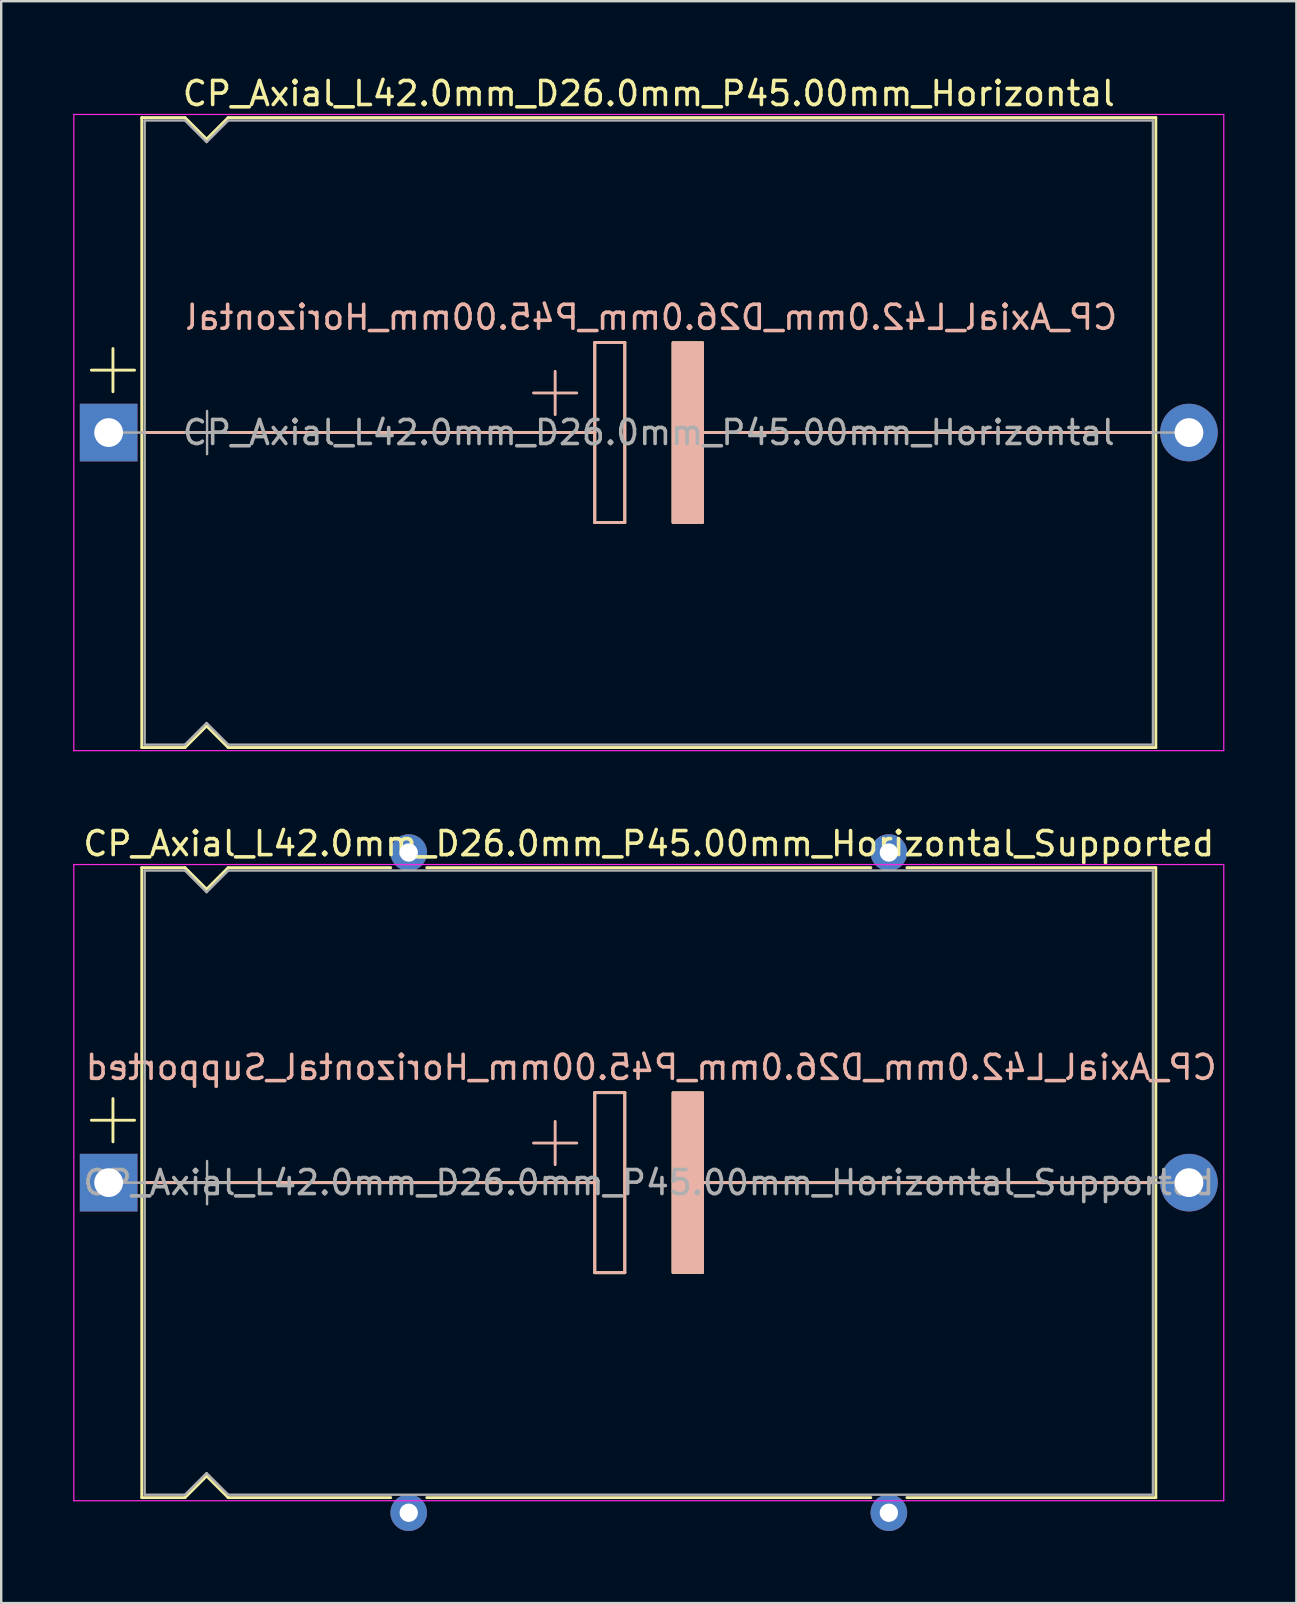
<source format=kicad_pcb>
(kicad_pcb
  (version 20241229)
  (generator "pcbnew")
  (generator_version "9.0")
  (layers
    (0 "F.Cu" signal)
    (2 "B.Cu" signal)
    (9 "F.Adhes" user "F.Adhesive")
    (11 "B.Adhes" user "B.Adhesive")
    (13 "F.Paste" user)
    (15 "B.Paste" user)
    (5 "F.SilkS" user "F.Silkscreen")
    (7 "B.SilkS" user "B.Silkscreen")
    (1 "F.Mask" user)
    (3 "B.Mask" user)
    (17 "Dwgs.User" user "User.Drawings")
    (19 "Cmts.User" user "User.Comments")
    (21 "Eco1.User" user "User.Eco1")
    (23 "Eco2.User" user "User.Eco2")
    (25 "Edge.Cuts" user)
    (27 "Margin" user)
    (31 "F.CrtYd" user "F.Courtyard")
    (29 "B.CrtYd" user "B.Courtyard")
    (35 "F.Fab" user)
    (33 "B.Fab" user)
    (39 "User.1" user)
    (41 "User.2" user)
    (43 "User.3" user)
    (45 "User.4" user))
  (footprint "CP_Axial_L42.0mm_D26.0mm_P45.00mm_Horizontal_Supported"
    (layer "F.Cu")
    (at 1.475 46.212)
    (property "Reference" "CP_Axial_L42.0mm_D26.0mm_P45.00mm_Horizontal_Supported" (at 22.5 -14.12 0) (layer "F.SilkS") (effects (font (size 1 1) (thickness 0.15))))
    (fp_line (start -0.72 -2.6) (end 1.08 -2.6) (stroke (width 0.12) (type solid)) (layer "F.SilkS"))
    (fp_line (start 0.18 -3.5) (end 0.18 -1.7) (stroke (width 0.12) (type solid)) (layer "F.SilkS"))
    (fp_line (start 1.38 -13.12) (end 1.38 13.12) (stroke (width 0.12) (type solid)) (layer "F.SilkS"))
    (fp_line (start 1.38 -13.12) (end 3.18 -13.12) (stroke (width 0.12) (type solid)) (layer "F.SilkS"))
    (fp_line (start 1.38 13.12) (end 3.18 13.12) (stroke (width 0.12) (type solid)) (layer "F.SilkS"))
    (fp_line (start 1.397 0) (end 20.25 0) (stroke (width 0.12) (type solid)) (layer "F.SilkS"))
    (fp_line (start 3.18 -13.12) (end 4.08 -12.22) (stroke (width 0.12) (type solid)) (layer "F.SilkS"))
    (fp_line (start 3.18 13.12) (end 4.08 12.22) (stroke (width 0.12) (type solid)) (layer "F.SilkS"))
    (fp_line (start 4.08 -12.22) (end 4.98 -13.12) (stroke (width 0.12) (type solid)) (layer "F.SilkS"))
    (fp_line (start 4.08 12.22) (end 4.98 13.12) (stroke (width 0.12) (type solid)) (layer "F.SilkS"))
    (fp_line (start 4.98 -13.12) (end 11.75 -13.12) (stroke (width 0.12) (type solid)) (layer "F.SilkS"))
    (fp_line (start 4.98 13.12) (end 11.75 13.12) (stroke (width 0.12) (type solid)) (layer "F.SilkS"))
    (fp_line (start 13.25 -13.12) (end 31.75 -13.12) (stroke (width 0.12) (type solid)) (layer "F.SilkS"))
    (fp_line (start 13.25 13.12) (end 31.75 13.12) (stroke (width 0.12) (type solid)) (layer "F.SilkS"))
    (fp_line (start 20.25 -3.75) (end 21.5 -3.75) (stroke (width 0.12) (type solid)) (layer "F.SilkS"))
    (fp_line (start 20.25 0) (end 20.25 -3.75) (stroke (width 0.12) (type solid)) (layer "F.SilkS"))
    (fp_line (start 20.25 3.75) (end 20.25 0) (stroke (width 0.12) (type solid)) (layer "F.SilkS"))
    (fp_line (start 21.5 -3.75) (end 21.5 3.75) (stroke (width 0.12) (type solid)) (layer "F.SilkS"))
    (fp_line (start 21.5 3.75) (end 20.25 3.75) (stroke (width 0.12) (type solid)) (layer "F.SilkS"))
    (fp_line (start 24.75 0) (end 43.561 0) (stroke (width 0.12) (type solid)) (layer "F.SilkS"))
    (fp_line (start 33.25 -13.12) (end 43.62 -13.12) (stroke (width 0.12) (type solid)) (layer "F.SilkS"))
    (fp_line (start 33.25 13.12) (end 43.62 13.12) (stroke (width 0.12) (type solid)) (layer "F.SilkS"))
    (fp_line (start 43.62 -13.12) (end 43.62 13.12) (stroke (width 0.12) (type solid)) (layer "F.SilkS"))
    (fp_poly (pts (xy 24.75 3.75) (xy 23.5 3.75) (xy 23.5 -3.75) (xy 24.75 -3.75)) (stroke (width 0.1) (type solid)) (fill yes) (layer "F.SilkS"))
    (fp_line (start 1.4 0) (end 13.38 0) (stroke (width 0.12) (type solid)) (layer "B.SilkS"))
    (fp_line (start 13.38 0) (end 20.25 0) (stroke (width 0.12) (type solid)) (layer "B.SilkS"))
    (fp_line (start 18.6 -2.55) (end 18.6 -0.75) (stroke (width 0.12) (type solid)) (layer "B.SilkS"))
    (fp_line (start 19.5 -1.65) (end 17.7 -1.65) (stroke (width 0.12) (type solid)) (layer "B.SilkS"))
    (fp_line (start 20.25 -3.75) (end 21.5 -3.75) (stroke (width 0.12) (type solid)) (layer "B.SilkS"))
    (fp_line (start 20.25 0) (end 20.25 -3.75) (stroke (width 0.12) (type solid)) (layer "B.SilkS"))
    (fp_line (start 20.25 3.75) (end 20.25 0) (stroke (width 0.12) (type solid)) (layer "B.SilkS"))
    (fp_line (start 21.5 -3.75) (end 21.5 3.75) (stroke (width 0.12) (type solid)) (layer "B.SilkS"))
    (fp_line (start 21.5 3.75) (end 20.25 3.75) (stroke (width 0.12) (type solid)) (layer "B.SilkS"))
    (fp_line (start 24.75 0) (end 31.62 0) (stroke (width 0.12) (type solid)) (layer "B.SilkS"))
    (fp_line (start 43.6 0) (end 31.62 0) (stroke (width 0.12) (type solid)) (layer "B.SilkS"))
    (fp_poly (pts (xy 24.75 3.75) (xy 23.5 3.75) (xy 23.5 -3.75) (xy 24.75 -3.75)) (stroke (width 0.1) (type solid)) (fill yes) (layer "B.SilkS"))
    (fp_line (start -1.45 -13.25) (end -1.45 13.25) (stroke (width 0.05) (type solid)) (layer "F.CrtYd"))
    (fp_line (start -1.45 13.25) (end 46.45 13.25) (stroke (width 0.05) (type solid)) (layer "F.CrtYd"))
    (fp_line (start 46.45 -13.25) (end -1.45 -13.25) (stroke (width 0.05) (type solid)) (layer "F.CrtYd"))
    (fp_line (start 46.45 13.25) (end 46.45 -13.25) (stroke (width 0.05) (type solid)) (layer "F.CrtYd"))
    (fp_line (start 0 0) (end 1.5 0) (stroke (width 0.1) (type solid)) (layer "F.Fab"))
    (fp_line (start 1.5 -13) (end 1.5 13) (stroke (width 0.1) (type solid)) (layer "F.Fab"))
    (fp_line (start 1.5 -13) (end 3.18 -13) (stroke (width 0.1) (type solid)) (layer "F.Fab"))
    (fp_line (start 1.5 13) (end 3.18 13) (stroke (width 0.1) (type solid)) (layer "F.Fab"))
    (fp_line (start 3.18 -13) (end 4.08 -12.1) (stroke (width 0.1) (type solid)) (layer "F.Fab"))
    (fp_line (start 3.18 13) (end 4.08 12.1) (stroke (width 0.1) (type solid)) (layer "F.Fab"))
    (fp_line (start 3.2 0) (end 5 0) (stroke (width 0.1) (type solid)) (layer "F.Fab"))
    (fp_line (start 4.08 -12.1) (end 4.98 -13) (stroke (width 0.1) (type solid)) (layer "F.Fab"))
    (fp_line (start 4.08 12.1) (end 4.98 13) (stroke (width 0.1) (type solid)) (layer "F.Fab"))
    (fp_line (start 4.1 -0.9) (end 4.1 0.9) (stroke (width 0.1) (type solid)) (layer "F.Fab"))
    (fp_line (start 4.98 -13) (end 43.5 -13) (stroke (width 0.1) (type solid)) (layer "F.Fab"))
    (fp_line (start 4.98 13) (end 43.5 13) (stroke (width 0.1) (type solid)) (layer "F.Fab"))
    (fp_line (start 43.5 -13) (end 43.5 13) (stroke (width 0.1) (type solid)) (layer "F.Fab"))
    (fp_line (start 45 0) (end 43.5 0) (stroke (width 0.1) (type solid)) (layer "F.Fab"))
    (fp_text user "${REFERENCE}" (at 22.6 -4.8 0) (layer "B.SilkS") (effects (font (size 1 1) (thickness 0.15)) (justify mirror)))
    (fp_text user "${REFERENCE}" (at 22.5 0 0) (layer "F.Fab") (effects (font (size 1 1) (thickness 0.15))))
    (pad "" thru_hole circle (at 12.5 -13.75) (size 1.524 1.524) (drill 0.762) (layers "*.Cu" "*.Mask"))
    (pad "" thru_hole circle (at 12.5 13.75) (size 1.524 1.524) (drill 0.762) (layers "*.Cu" "*.Mask"))
    (pad "" thru_hole circle (at 32.5 -13.75) (size 1.524 1.524) (drill 0.762) (layers "*.Cu" "*.Mask"))
    (pad "" thru_hole circle (at 32.5 13.75) (size 1.524 1.524) (drill 0.762) (layers "*.Cu" "*.Mask"))
    (pad "1" thru_hole rect (at 0 0) (size 2.4 2.4) (drill 1.2) (layers "*.Cu" "*.Mask"))
    (pad "2" thru_hole oval (at 45 0) (size 2.4 2.4) (drill 1.2) (layers "*.Cu" "*.Mask")))
  (footprint "CP_Axial_L42.0mm_D26.0mm_P45.00mm_Horizontal"
    (layer "F.Cu")
    (at 1.475 14.968)
    (property "Reference" "CP_Axial_L42.0mm_D26.0mm_P45.00mm_Horizontal" (at 22.5 -14.12 0) (layer "F.SilkS") (effects (font (size 1 1) (thickness 0.15))))
    (fp_line (start -0.72 -2.6) (end 1.08 -2.6) (stroke (width 0.12) (type solid)) (layer "F.SilkS"))
    (fp_line (start 0.18 -3.5) (end 0.18 -1.7) (stroke (width 0.12) (type solid)) (layer "F.SilkS"))
    (fp_line (start 1.38 -13.12) (end 1.38 13.12) (stroke (width 0.12) (type solid)) (layer "F.SilkS"))
    (fp_line (start 1.38 -13.12) (end 3.18 -13.12) (stroke (width 0.12) (type solid)) (layer "F.SilkS"))
    (fp_line (start 1.38 13.12) (end 3.18 13.12) (stroke (width 0.12) (type solid)) (layer "F.SilkS"))
    (fp_line (start 1.397 0) (end 20.25 0) (stroke (width 0.12) (type solid)) (layer "F.SilkS"))
    (fp_line (start 3.18 -13.12) (end 4.08 -12.22) (stroke (width 0.12) (type solid)) (layer "F.SilkS"))
    (fp_line (start 3.18 13.12) (end 4.08 12.22) (stroke (width 0.12) (type solid)) (layer "F.SilkS"))
    (fp_line (start 4.08 -12.22) (end 4.98 -13.12) (stroke (width 0.12) (type solid)) (layer "F.SilkS"))
    (fp_line (start 4.08 12.22) (end 4.98 13.12) (stroke (width 0.12) (type solid)) (layer "F.SilkS"))
    (fp_line (start 4.98 -13.12) (end 43.62 -13.12) (stroke (width 0.12) (type solid)) (layer "F.SilkS"))
    (fp_line (start 4.98 13.12) (end 43.62 13.12) (stroke (width 0.12) (type solid)) (layer "F.SilkS"))
    (fp_line (start 20.25 -3.75) (end 21.5 -3.75) (stroke (width 0.12) (type solid)) (layer "F.SilkS"))
    (fp_line (start 20.25 0) (end 20.25 -3.75) (stroke (width 0.12) (type solid)) (layer "F.SilkS"))
    (fp_line (start 20.25 3.75) (end 20.25 0) (stroke (width 0.12) (type solid)) (layer "F.SilkS"))
    (fp_line (start 21.5 -3.75) (end 21.5 3.75) (stroke (width 0.12) (type solid)) (layer "F.SilkS"))
    (fp_line (start 21.5 3.75) (end 20.25 3.75) (stroke (width 0.12) (type solid)) (layer "F.SilkS"))
    (fp_line (start 24.75 0) (end 43.561 0) (stroke (width 0.12) (type solid)) (layer "F.SilkS"))
    (fp_line (start 43.62 -13.12) (end 43.62 13.12) (stroke (width 0.12) (type solid)) (layer "F.SilkS"))
    (fp_poly (pts (xy 24.75 3.75) (xy 23.5 3.75) (xy 23.5 -3.75) (xy 24.75 -3.75)) (stroke (width 0.1) (type solid)) (fill yes) (layer "F.SilkS"))
    (fp_line (start 1.4 0) (end 13.38 0) (stroke (width 0.12) (type solid)) (layer "B.SilkS"))
    (fp_line (start 13.38 0) (end 20.25 0) (stroke (width 0.12) (type solid)) (layer "B.SilkS"))
    (fp_line (start 18.6 -2.55) (end 18.6 -0.75) (stroke (width 0.12) (type solid)) (layer "B.SilkS"))
    (fp_line (start 19.5 -1.65) (end 17.7 -1.65) (stroke (width 0.12) (type solid)) (layer "B.SilkS"))
    (fp_line (start 20.25 -3.75) (end 21.5 -3.75) (stroke (width 0.12) (type solid)) (layer "B.SilkS"))
    (fp_line (start 20.25 0) (end 20.25 -3.75) (stroke (width 0.12) (type solid)) (layer "B.SilkS"))
    (fp_line (start 20.25 3.75) (end 20.25 0) (stroke (width 0.12) (type solid)) (layer "B.SilkS"))
    (fp_line (start 21.5 -3.75) (end 21.5 3.75) (stroke (width 0.12) (type solid)) (layer "B.SilkS"))
    (fp_line (start 21.5 3.75) (end 20.25 3.75) (stroke (width 0.12) (type solid)) (layer "B.SilkS"))
    (fp_line (start 24.75 0) (end 31.62 0) (stroke (width 0.12) (type solid)) (layer "B.SilkS"))
    (fp_line (start 43.6 0) (end 31.62 0) (stroke (width 0.12) (type solid)) (layer "B.SilkS"))
    (fp_poly (pts (xy 24.75 3.75) (xy 23.5 3.75) (xy 23.5 -3.75) (xy 24.75 -3.75)) (stroke (width 0.1) (type solid)) (fill yes) (layer "B.SilkS"))
    (fp_line (start -1.45 -13.25) (end -1.45 13.25) (stroke (width 0.05) (type solid)) (layer "F.CrtYd"))
    (fp_line (start -1.45 13.25) (end 46.45 13.25) (stroke (width 0.05) (type solid)) (layer "F.CrtYd"))
    (fp_line (start 46.45 -13.25) (end -1.45 -13.25) (stroke (width 0.05) (type solid)) (layer "F.CrtYd"))
    (fp_line (start 46.45 13.25) (end 46.45 -13.25) (stroke (width 0.05) (type solid)) (layer "F.CrtYd"))
    (fp_line (start 0 0) (end 1.5 0) (stroke (width 0.1) (type solid)) (layer "F.Fab"))
    (fp_line (start 1.5 -13) (end 1.5 13) (stroke (width 0.1) (type solid)) (layer "F.Fab"))
    (fp_line (start 1.5 -13) (end 3.18 -13) (stroke (width 0.1) (type solid)) (layer "F.Fab"))
    (fp_line (start 1.5 13) (end 3.18 13) (stroke (width 0.1) (type solid)) (layer "F.Fab"))
    (fp_line (start 3.18 -13) (end 4.08 -12.1) (stroke (width 0.1) (type solid)) (layer "F.Fab"))
    (fp_line (start 3.18 13) (end 4.08 12.1) (stroke (width 0.1) (type solid)) (layer "F.Fab"))
    (fp_line (start 3.2 0) (end 5 0) (stroke (width 0.1) (type solid)) (layer "F.Fab"))
    (fp_line (start 4.08 -12.1) (end 4.98 -13) (stroke (width 0.1) (type solid)) (layer "F.Fab"))
    (fp_line (start 4.08 12.1) (end 4.98 13) (stroke (width 0.1) (type solid)) (layer "F.Fab"))
    (fp_line (start 4.1 -0.9) (end 4.1 0.9) (stroke (width 0.1) (type solid)) (layer "F.Fab"))
    (fp_line (start 4.98 -13) (end 43.5 -13) (stroke (width 0.1) (type solid)) (layer "F.Fab"))
    (fp_line (start 4.98 13) (end 43.5 13) (stroke (width 0.1) (type solid)) (layer "F.Fab"))
    (fp_line (start 43.5 -13) (end 43.5 13) (stroke (width 0.1) (type solid)) (layer "F.Fab"))
    (fp_line (start 45 0) (end 43.5 0) (stroke (width 0.1) (type solid)) (layer "F.Fab"))
    (fp_text user "${REFERENCE}" (at 22.6 -4.8 0) (layer "B.SilkS") (effects (font (size 1 1) (thickness 0.15)) (justify mirror)))
    (fp_text user "${REFERENCE}" (at 22.5 0 0) (layer "F.Fab") (effects (font (size 1 1) (thickness 0.15))))
    (pad "1" thru_hole rect (at 0 0) (size 2.4 2.4) (drill 1.2) (layers "*.Cu" "*.Mask"))
    (pad "2" thru_hole oval (at 45 0) (size 2.4 2.4) (drill 1.2) (layers "*.Cu" "*.Mask")))
  (gr_rect
    (start -3 -3)
    (end 50.95 63.724)
    (stroke (width 0.1) (type default))
    (fill no)
    (layer "Edge.Cuts")))
</source>
